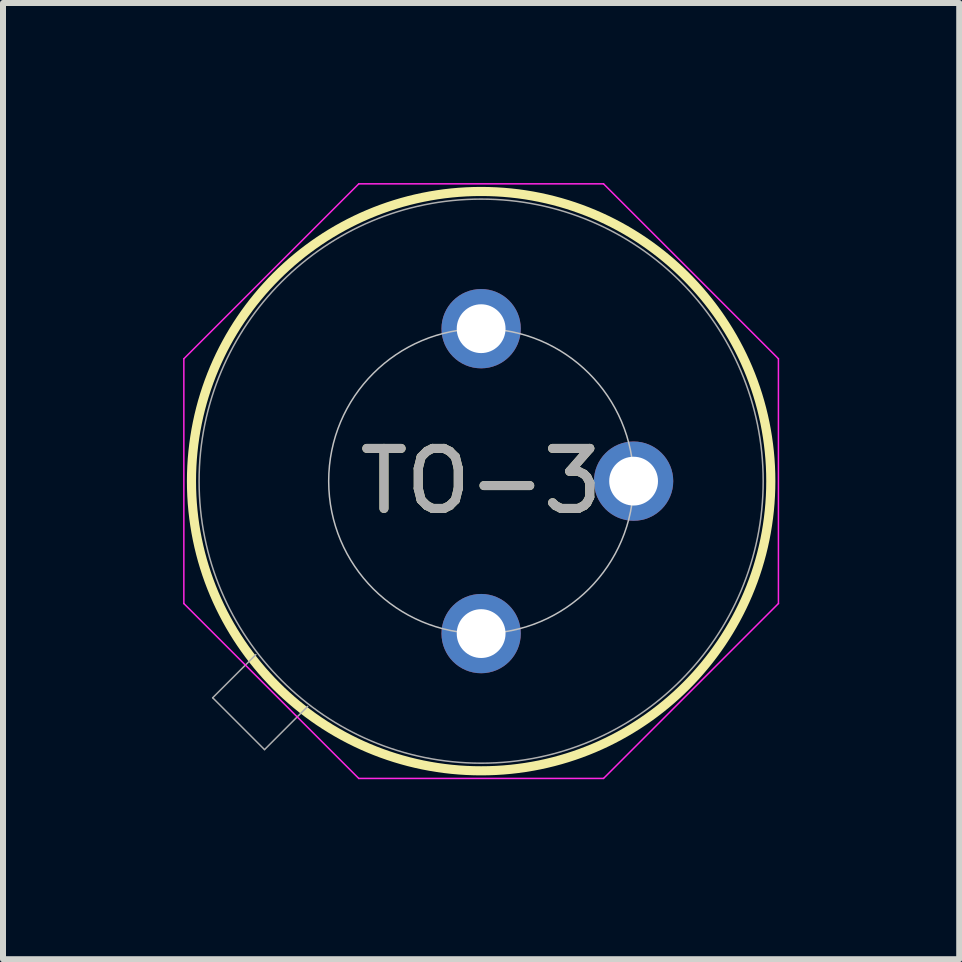
<source format=kicad_pcb>
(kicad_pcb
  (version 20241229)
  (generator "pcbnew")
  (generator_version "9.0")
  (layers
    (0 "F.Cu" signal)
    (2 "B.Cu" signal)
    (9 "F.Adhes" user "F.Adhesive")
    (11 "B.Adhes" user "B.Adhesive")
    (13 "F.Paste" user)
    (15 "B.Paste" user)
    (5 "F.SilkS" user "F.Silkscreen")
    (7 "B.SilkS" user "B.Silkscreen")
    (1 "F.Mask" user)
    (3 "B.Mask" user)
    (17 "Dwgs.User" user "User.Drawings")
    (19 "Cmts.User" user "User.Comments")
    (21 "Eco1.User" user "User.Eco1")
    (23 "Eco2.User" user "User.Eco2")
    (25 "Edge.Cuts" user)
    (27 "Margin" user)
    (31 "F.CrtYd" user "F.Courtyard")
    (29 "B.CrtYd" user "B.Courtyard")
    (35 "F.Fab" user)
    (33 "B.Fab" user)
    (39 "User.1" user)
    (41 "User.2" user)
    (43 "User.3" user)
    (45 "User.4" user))
  (footprint "TO-3"
    (layer "F.Cu")
    (at 4.966 2.426)
    (property "Reference" "TO-3" (at 0 2.54 0) (unlocked yes) (layer "F.SilkS") (effects (font (size 1 1) (thickness 0.15))))
    (attr through_hole)
    (fp_circle (center 0 2.54) (end 4.826 2.54) (stroke (width 0.152) (type solid)) (fill no) (layer "F.SilkS"))
    (fp_circle (center 0 2.54) (end 2.54 2.54) (stroke (width 0.025) (type solid)) (fill no) (layer "Dwgs.User"))
    (fp_line (start -4.953 0.501) (end -2.039 -2.413) (stroke (width 0.025) (type solid)) (layer "F.CrtYd"))
    (fp_line (start -4.953 4.579) (end -4.953 0.501) (stroke (width 0.025) (type solid)) (layer "F.CrtYd"))
    (fp_line (start -2.039 -2.413) (end 2.039 -2.413) (stroke (width 0.025) (type solid)) (layer "F.CrtYd"))
    (fp_line (start -2.039 7.493) (end -4.953 4.579) (stroke (width 0.025) (type solid)) (layer "F.CrtYd"))
    (fp_line (start 2.039 -2.413) (end 4.953 0.501) (stroke (width 0.025) (type solid)) (layer "F.CrtYd"))
    (fp_line (start 2.039 7.493) (end -2.039 7.493) (stroke (width 0.025) (type solid)) (layer "F.CrtYd"))
    (fp_line (start 4.953 0.501) (end 4.953 4.579) (stroke (width 0.025) (type solid)) (layer "F.CrtYd"))
    (fp_line (start 4.953 4.579) (end 2.039 7.493) (stroke (width 0.025) (type solid)) (layer "F.CrtYd"))
    (fp_line (start -4.473 6.149) (end -3.754 5.431) (stroke (width 0.025) (type solid)) (layer "F.Fab"))
    (fp_line (start -3.609 7.013) (end -4.473 6.149) (stroke (width 0.025) (type solid)) (layer "F.Fab"))
    (fp_line (start -3.609 7.013) (end -2.891 6.294) (stroke (width 0.025) (type solid)) (layer "F.Fab"))
    (fp_circle (center 0 2.54) (end 4.699 2.54) (stroke (width 0.025) (type solid)) (fill no) (layer "F.Fab"))
    (fp_text user "${REFERENCE}" (at 0 2.54 0) (unlocked yes) (layer "F.Fab") (effects (font (size 1 1) (thickness 0.15))))
    (pad "1" thru_hole circle (at 0 5.08) (size 1.321 1.321) (drill 0.813) (layers "*.Cu" "*.Mask"))
    (pad "2" thru_hole circle (at 2.54 2.54) (size 1.321 1.321) (drill 0.813) (layers "*.Cu" "*.Mask"))
    (pad "3" thru_hole circle (at 0 0) (size 1.321 1.321) (drill 0.813) (layers "*.Cu" "*.Mask")))
  (gr_rect
    (start -3 -3)
    (end 12.931 12.931)
    (stroke (width 0.1) (type default))
    (fill no)
    (layer "Edge.Cuts")))
</source>
